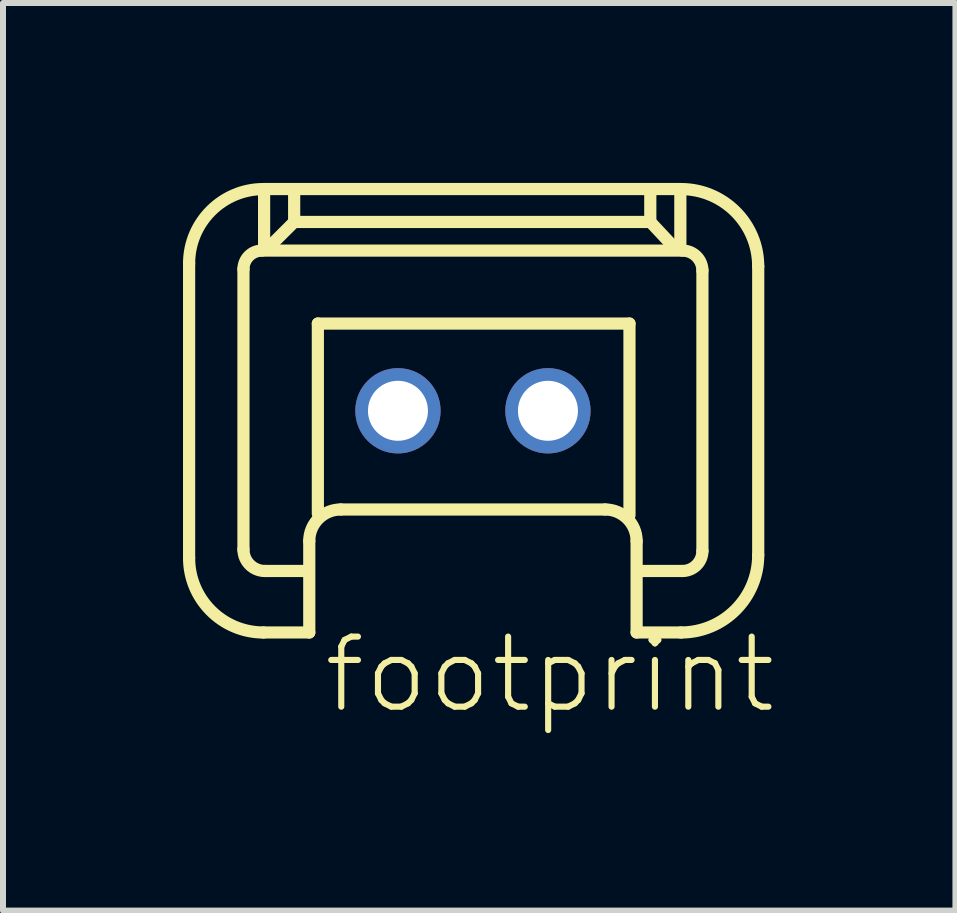
<source format=kicad_pcb>
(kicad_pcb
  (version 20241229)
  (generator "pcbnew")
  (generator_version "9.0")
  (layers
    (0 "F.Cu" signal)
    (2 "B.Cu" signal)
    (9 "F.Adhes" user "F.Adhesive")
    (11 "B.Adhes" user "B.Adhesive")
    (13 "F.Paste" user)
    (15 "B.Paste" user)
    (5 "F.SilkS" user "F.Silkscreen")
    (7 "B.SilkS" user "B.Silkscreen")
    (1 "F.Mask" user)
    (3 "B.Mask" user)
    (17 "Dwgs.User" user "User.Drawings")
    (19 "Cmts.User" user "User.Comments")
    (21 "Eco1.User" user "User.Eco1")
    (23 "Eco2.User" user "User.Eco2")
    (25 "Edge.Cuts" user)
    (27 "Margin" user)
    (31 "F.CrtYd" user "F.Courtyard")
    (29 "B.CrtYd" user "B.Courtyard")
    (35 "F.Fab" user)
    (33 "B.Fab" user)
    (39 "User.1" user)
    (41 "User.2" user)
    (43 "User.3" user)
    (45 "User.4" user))
  (footprint "footprint"
    (layer "F.Cu")
    (at 4.833 3.797)
    (property "Reference" "footprint" (at -2.54 5.08 0) (layer "F.SilkS") (effects (font (size 1.168 1.168) (thickness 0.102)) (justify left bottom)))
    (fp_line (start -4.731 2.456) (end -4.731 -2.456) (stroke (width 0.203) (type solid)) (layer "F.SilkS"))
    (fp_line (start -3.825 2.313) (end -3.825 -2.361) (stroke (width 0.203) (type solid)) (layer "F.SilkS"))
    (fp_line (start -3.515 -2.67) (end 3.491 -2.67) (stroke (width 0.203) (type solid)) (layer "F.SilkS"))
    (fp_line (start -3.491 -3.696) (end 3.467 -3.696) (stroke (width 0.203) (type solid)) (layer "F.SilkS"))
    (fp_line (start -3.481 -3.648) (end -3.481 -2.742) (stroke (width 0.203) (type solid)) (layer "F.SilkS"))
    (fp_line (start -3.004 -3.123) (end -3.386 -2.742) (stroke (width 0.203) (type solid)) (layer "F.SilkS"))
    (fp_line (start -2.98 -3.147) (end -2.98 -3.624) (stroke (width 0.203) (type solid)) (layer "F.SilkS"))
    (fp_line (start -2.752 2.67) (end -3.467 2.67) (stroke (width 0.203) (type solid)) (layer "F.SilkS"))
    (fp_line (start -2.728 2.17) (end -2.728 3.695) (stroke (width 0.203) (type solid)) (layer "F.SilkS"))
    (fp_line (start -2.728 3.695) (end -3.491 3.695) (stroke (width 0.203) (type solid)) (layer "F.SilkS"))
    (fp_line (start -2.585 -1.454) (end 2.609 -1.454) (stroke (width 0.203) (type solid)) (layer "F.SilkS"))
    (fp_line (start -2.585 1.716) (end -2.585 -1.454) (stroke (width 0.203) (type solid)) (layer "F.SilkS"))
    (fp_line (start 2.204 1.645) (end -2.204 1.645) (stroke (width 0.203) (type solid)) (layer "F.SilkS"))
    (fp_line (start 2.609 -1.454) (end 2.609 1.74) (stroke (width 0.203) (type solid)) (layer "F.SilkS"))
    (fp_line (start 2.728 3.695) (end 2.728 2.17) (stroke (width 0.203) (type solid)) (layer "F.SilkS"))
    (fp_line (start 2.956 -3.672) (end 2.956 -3.147) (stroke (width 0.203) (type solid)) (layer "F.SilkS"))
    (fp_line (start 2.956 -3.147) (end -2.98 -3.147) (stroke (width 0.203) (type solid)) (layer "F.SilkS"))
    (fp_line (start 2.98 -3.123) (end 3.314 -2.766) (stroke (width 0.203) (type solid)) (layer "F.SilkS"))
    (fp_line (start 3.457 -3.624) (end 3.457 -2.742) (stroke (width 0.203) (type solid)) (layer "F.SilkS"))
    (fp_line (start 3.467 3.695) (end 2.728 3.695) (stroke (width 0.203) (type solid)) (layer "F.SilkS"))
    (fp_line (start 3.491 2.67) (end 2.824 2.67) (stroke (width 0.203) (type solid)) (layer "F.SilkS"))
    (fp_line (start 3.825 -2.337) (end 3.825 2.336) (stroke (width 0.203) (type solid)) (layer "F.SilkS"))
    (fp_line (start 4.755 -2.408) (end 4.755 2.408) (stroke (width 0.203) (type solid)) (layer "F.SilkS"))
    (fp_arc (start -4.731 -2.4558) (mid -4.367871 -3.332471) (end -3.4912 -3.6956) (stroke (width 0.2032) (type solid)) (layer "F.SilkS"))
    (fp_arc (start -3.825 -2.3605) (mid -3.734232 -2.579632) (end -3.5151 -2.6704) (stroke (width 0.2032) (type solid)) (layer "F.SilkS"))
    (fp_arc (start -3.4912 3.6954) (mid -4.367871 3.332271) (end -4.731 2.4556) (stroke (width 0.2032) (type solid)) (layer "F.SilkS"))
    (fp_arc (start -3.4674 2.6702) (mid -3.720261 2.565461) (end -3.825 2.3126) (stroke (width 0.2032) (type solid)) (layer "F.SilkS"))
    (fp_arc (start -2.7283 2.1695) (mid -2.574678 1.798622) (end -2.2038 1.645) (stroke (width 0.2032) (type solid)) (layer "F.SilkS"))
    (fp_arc (start 2.2036 1.645) (mid 2.574478 1.798622) (end 2.7281 2.1695) (stroke (width 0.2032) (type solid)) (layer "F.SilkS"))
    (fp_arc (start 3.4672 -3.6956) (mid 4.3776 -3.3185) (end 4.7547 -2.4081) (stroke (width 0.2032) (type solid)) (layer "F.SilkS"))
    (fp_arc (start 3.4911 -2.6704) (mid 3.727132 -2.572632) (end 3.8249 -2.3366) (stroke (width 0.2032) (type solid)) (layer "F.SilkS"))
    (fp_arc (start 3.8249 2.3364) (mid 3.727132 2.572432) (end 3.4911 2.6702) (stroke (width 0.2032) (type solid)) (layer "F.SilkS"))
    (fp_arc (start 4.7547 2.4079) (mid 4.3776 3.3183) (end 3.4672 3.6954) (stroke (width 0.2032) (type solid)) (layer "F.SilkS"))
    (pad "1" thru_hole circle (at -1.25 0) (size 1.422 1.422) (drill 1) (layers "*.Cu" "*.Mask"))
    (pad "2" thru_hole circle (at 1.25 0) (size 1.422 1.422) (drill 1) (layers "*.Cu" "*.Mask")))
  (gr_rect
    (start -3 -3)
    (end 12.875 12.128)
    (stroke (width 0.1) (type default))
    (fill no)
    (layer "Edge.Cuts")))
</source>
